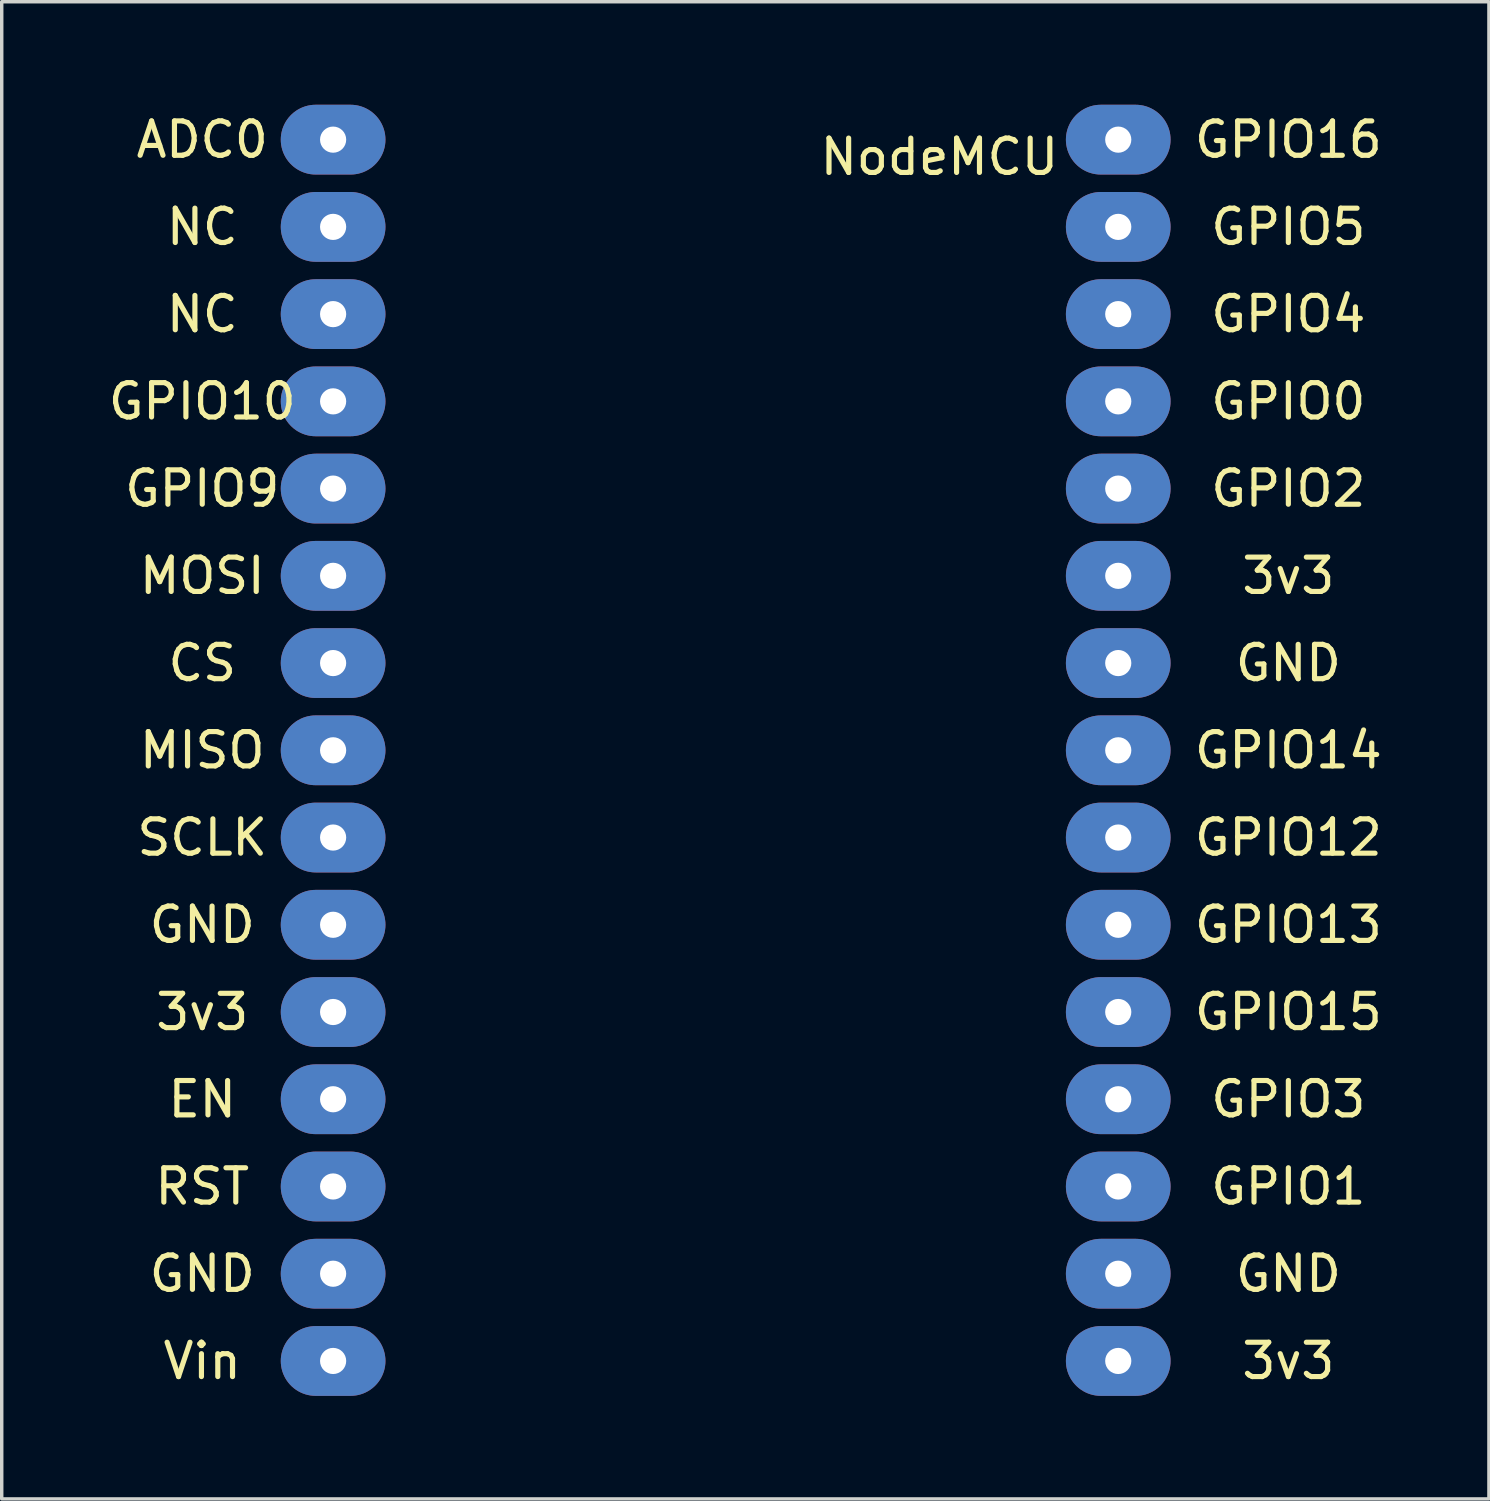
<source format=kicad_pcb>
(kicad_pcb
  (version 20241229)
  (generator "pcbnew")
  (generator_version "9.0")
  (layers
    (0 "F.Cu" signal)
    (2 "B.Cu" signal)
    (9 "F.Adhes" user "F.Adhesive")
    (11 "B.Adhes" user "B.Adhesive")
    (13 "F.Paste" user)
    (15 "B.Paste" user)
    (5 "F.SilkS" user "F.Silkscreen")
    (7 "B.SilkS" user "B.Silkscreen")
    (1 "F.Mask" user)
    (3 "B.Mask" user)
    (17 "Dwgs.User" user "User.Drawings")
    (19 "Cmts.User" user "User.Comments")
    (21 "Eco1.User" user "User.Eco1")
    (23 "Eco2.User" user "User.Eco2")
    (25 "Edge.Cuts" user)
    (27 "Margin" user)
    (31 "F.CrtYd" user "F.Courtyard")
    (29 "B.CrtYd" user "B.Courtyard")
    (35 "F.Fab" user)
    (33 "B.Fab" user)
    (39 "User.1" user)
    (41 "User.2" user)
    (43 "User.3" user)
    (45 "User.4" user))
  (footprint "NodeMCU"
    (layer "F.Cu")
    (at 11.729 1.016)
    (property "Reference" "NodeMCU" (at 12.573 0.5 0) (layer "F.SilkS") (effects (font (size 1 1) (thickness 0.15))))
    (attr through_hole)
    (fp_text user "GPIO16" (at 22.733 0 0) (layer "F.SilkS") (effects (font (size 1 1) (thickness 0.15))))
    (fp_text user "GND" (at 22.733 33.02 0) (layer "F.SilkS") (effects (font (size 1 1) (thickness 0.15))))
    (fp_text user "GND" (at 22.733 15.24 0) (layer "F.SilkS") (effects (font (size 1 1) (thickness 0.15))))
    (fp_text user "GPIO3" (at 22.733 27.94 0) (layer "F.SilkS") (effects (font (size 1 1) (thickness 0.15))))
    (fp_text user "3v3" (at 22.733 12.7 0) (layer "F.SilkS") (effects (font (size 1 1) (thickness 0.15))))
    (fp_text user "GPIO15" (at 22.733 25.4 0) (layer "F.SilkS") (effects (font (size 1 1) (thickness 0.15))))
    (fp_text user "SCLK" (at -8.89 20.32 0) (layer "F.SilkS") (effects (font (size 1 1) (thickness 0.15))))
    (fp_text user "Vin" (at -8.89 35.56 0) (layer "F.SilkS") (effects (font (size 1 1) (thickness 0.15))))
    (fp_text user "NC" (at -8.89 5.08 0) (layer "F.SilkS") (effects (font (size 1 1) (thickness 0.15))))
    (fp_text user "GPIO4" (at 22.733 5.08 0) (layer "F.SilkS") (effects (font (size 1 1) (thickness 0.15))))
    (fp_text user "CS" (at -8.89 15.24 0) (layer "F.SilkS") (effects (font (size 1 1) (thickness 0.15))))
    (fp_text user "GPIO13" (at 22.733 22.86 0) (layer "F.SilkS") (effects (font (size 1 1) (thickness 0.15))))
    (fp_text user "3v3" (at 22.733 35.56 0) (layer "F.SilkS") (effects (font (size 1 1) (thickness 0.15))))
    (fp_text user "GPIO9" (at -8.89 10.16 0) (layer "F.SilkS") (effects (font (size 1 1) (thickness 0.15))))
    (fp_text user "3v3" (at -8.89 25.4 0) (layer "F.SilkS") (effects (font (size 1 1) (thickness 0.15))))
    (fp_text user "MISO" (at -8.89 17.78 0) (layer "F.SilkS") (effects (font (size 1 1) (thickness 0.15))))
    (fp_text user "GND" (at -8.89 22.86 0) (layer "F.SilkS") (effects (font (size 1 1) (thickness 0.15))))
    (fp_text user "GPIO2" (at 22.733 10.16 0) (layer "F.SilkS") (effects (font (size 1 1) (thickness 0.15))))
    (fp_text user "ADC0" (at -8.89 0 0) (layer "F.SilkS") (effects (font (size 1 1) (thickness 0.15))))
    (fp_text user "RST" (at -8.89 30.48 0) (layer "F.SilkS") (effects (font (size 1 1) (thickness 0.15))))
    (fp_text user "NC" (at -8.89 2.54 0) (layer "F.SilkS") (effects (font (size 1 1) (thickness 0.15))))
    (fp_text user "EN" (at -8.89 27.94 0) (layer "F.SilkS") (effects (font (size 1 1) (thickness 0.15))))
    (fp_text user "GPIO5" (at 22.733 2.54 0) (layer "F.SilkS") (effects (font (size 1 1) (thickness 0.15))))
    (fp_text user "GND" (at -8.89 33.02 0) (layer "F.SilkS") (effects (font (size 1 1) (thickness 0.15))))
    (fp_text user "GPIO12" (at 22.733 20.32 0) (layer "F.SilkS") (effects (font (size 1 1) (thickness 0.15))))
    (fp_text user "GPIO10" (at -8.89 7.62 0) (layer "F.SilkS") (effects (font (size 1 1) (thickness 0.15))))
    (fp_text user "GPIO14" (at 22.733 17.78 0) (layer "F.SilkS") (effects (font (size 1 1) (thickness 0.15))))
    (fp_text user "GPIO1" (at 22.733 30.48 0) (layer "F.SilkS") (effects (font (size 1 1) (thickness 0.15))))
    (fp_text user "GPIO0" (at 22.733 7.62 0) (layer "F.SilkS") (effects (font (size 1 1) (thickness 0.15))))
    (fp_text user "MOSI" (at -8.89 12.7 0) (layer "F.SilkS") (effects (font (size 1 1) (thickness 0.15))))
    (pad "1" thru_hole oval (at -5.08 0) (size 3.048 2.032) (drill 0.762) (layers "*.Cu" "*.Mask"))
    (pad "2" thru_hole oval (at -5.08 2.54) (size 3.048 2.032) (drill 0.762) (layers "*.Cu" "*.Mask"))
    (pad "3" thru_hole oval (at -5.08 5.08) (size 3.048 2.032) (drill 0.762) (layers "*.Cu" "*.Mask"))
    (pad "4" thru_hole oval (at -5.08 7.62) (size 3.048 2.032) (drill 0.762) (layers "*.Cu" "*.Mask"))
    (pad "5" thru_hole oval (at -5.08 10.16) (size 3.048 2.032) (drill 0.762) (layers "*.Cu" "*.Mask"))
    (pad "6" thru_hole oval (at -5.08 12.7) (size 3.048 2.032) (drill 0.762) (layers "*.Cu" "*.Mask"))
    (pad "7" thru_hole oval (at -5.08 15.24) (size 3.048 2.032) (drill 0.762) (layers "*.Cu" "*.Mask"))
    (pad "8" thru_hole oval (at -5.08 17.78) (size 3.048 2.032) (drill 0.762) (layers "*.Cu" "*.Mask"))
    (pad "9" thru_hole oval (at -5.08 20.32) (size 3.048 2.032) (drill 0.762) (layers "*.Cu" "*.Mask"))
    (pad "10" thru_hole oval (at -5.08 22.86) (size 3.048 2.032) (drill 0.762) (layers "*.Cu" "*.Mask"))
    (pad "11" thru_hole oval (at -5.08 25.4) (size 3.048 2.032) (drill 0.762) (layers "*.Cu" "*.Mask"))
    (pad "12" thru_hole oval (at -5.08 27.94) (size 3.048 2.032) (drill 0.762) (layers "*.Cu" "*.Mask"))
    (pad "13" thru_hole oval (at -5.08 30.48) (size 3.048 2.032) (drill 0.762) (layers "*.Cu" "*.Mask"))
    (pad "14" thru_hole oval (at -5.08 33.02) (size 3.048 2.032) (drill 0.762) (layers "*.Cu" "*.Mask"))
    (pad "15" thru_hole oval (at -5.08 35.56) (size 3.048 2.032) (drill 0.762) (layers "*.Cu" "*.Mask"))
    (pad "16" thru_hole oval (at 17.78 35.56) (size 3.048 2.032) (drill 0.762) (layers "*.Cu" "*.Mask"))
    (pad "17" thru_hole oval (at 17.78 33.02) (size 3.048 2.032) (drill 0.762) (layers "*.Cu" "*.Mask"))
    (pad "18" thru_hole oval (at 17.78 30.48) (size 3.048 2.032) (drill 0.762) (layers "*.Cu" "*.Mask"))
    (pad "19" thru_hole oval (at 17.78 27.94) (size 3.048 2.032) (drill 0.762) (layers "*.Cu" "*.Mask"))
    (pad "20" thru_hole oval (at 17.78 25.4) (size 3.048 2.032) (drill 0.762) (layers "*.Cu" "*.Mask"))
    (pad "21" thru_hole oval (at 17.78 22.86) (size 3.048 2.032) (drill 0.762) (layers "*.Cu" "*.Mask"))
    (pad "22" thru_hole oval (at 17.78 20.32) (size 3.048 2.032) (drill 0.762) (layers "*.Cu" "*.Mask"))
    (pad "23" thru_hole oval (at 17.78 17.78) (size 3.048 2.032) (drill 0.762) (layers "*.Cu" "*.Mask"))
    (pad "24" thru_hole oval (at 17.78 15.24) (size 3.048 2.032) (drill 0.762) (layers "*.Cu" "*.Mask"))
    (pad "25" thru_hole oval (at 17.78 12.7) (size 3.048 2.032) (drill 0.762) (layers "*.Cu" "*.Mask"))
    (pad "26" thru_hole oval (at 17.78 10.16) (size 3.048 2.032) (drill 0.762) (layers "*.Cu" "*.Mask"))
    (pad "27" thru_hole oval (at 17.78 7.62) (size 3.048 2.032) (drill 0.762) (layers "*.Cu" "*.Mask"))
    (pad "28" thru_hole oval (at 17.78 5.08) (size 3.048 2.032) (drill 0.762) (layers "*.Cu" "*.Mask"))
    (pad "29" thru_hole oval (at 17.78 2.54) (size 3.048 2.032) (drill 0.762) (layers "*.Cu" "*.Mask"))
    (pad "30" thru_hole oval (at 17.78 0) (size 3.048 2.032) (drill 0.762) (layers "*.Cu" "*.Mask")))
  (gr_rect
    (start -3 -3)
    (end 40.302 40.592)
    (stroke (width 0.1) (type default))
    (fill no)
    (layer "Edge.Cuts")))
</source>
